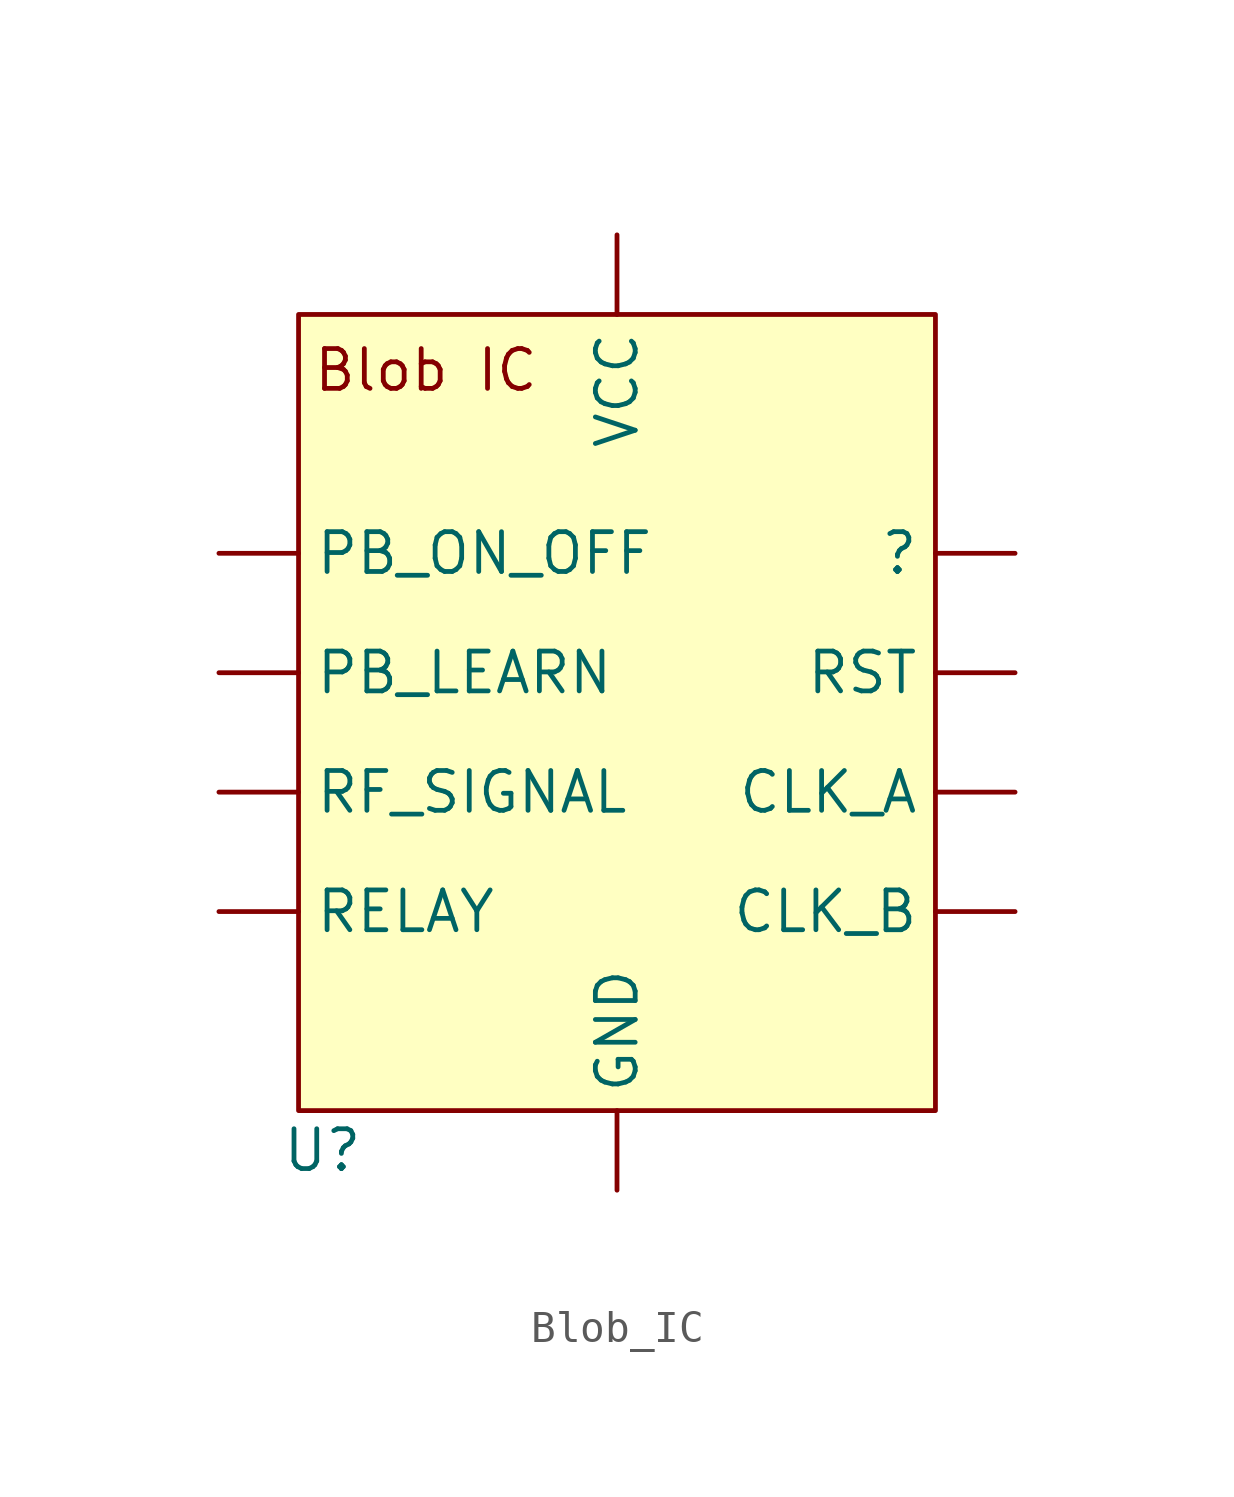
<source format=kicad_sym>
(kicad_symbol_lib
  (version 20231120)
  (generator "kicad_symbol_editor")
  (generator_version "8.0")
  (symbol "Blob_IC"
    (property "Reference" "U"
      (at -8.128 -8.89 0)
      (effects (font (size 1.27 1.27))))
    (property "Value" ""
      (at 0 0 0)
      (effects (font (size 1.27 1.27))))
    (property "ki_locked" ""
      (at 0 0 0)
      (effects (font (size 1.27 1.27))))
    (symbol "Blob_IC_1_1"
      (rectangle (start -8.89 17.78) (end 11.43 -7.62) (stroke (width 0) (type default)) (fill (type background)))
      (text "Blob IC" (at -4.826 16.002 0) (effects (font (size 1.27 1.27))))
      (pin unspecified line (at 13.97 10.16 180) (length 2.54) (name "?" (effects (font (size 1.27 1.27)))) (number "" (effects (font (size 1.27 1.27)))))
      (pin input line (at 13.97 2.54 180) (length 2.54) (name "CLK_A" (effects (font (size 1.27 1.27)))) (number "" (effects (font (size 1.27 1.27)))))
      (pin input line (at 13.97 -1.27 180) (length 2.54) (name "CLK_B" (effects (font (size 1.27 1.27)))) (number "" (effects (font (size 1.27 1.27)))))
      (pin power_in line (at 1.27 -10.16 90) (length 2.54) (name "GND" (effects (font (size 1.27 1.27)))) (number "" (effects (font (size 1.27 1.27)))))
      (pin input line (at -11.43 6.35 0) (length 2.54) (name "PB_LEARN" (effects (font (size 1.27 1.27)))) (number "" (effects (font (size 1.27 1.27)))))
      (pin input line (at -11.43 10.16 0) (length 2.54) (name "PB_ON_OFF" (effects (font (size 1.27 1.27)))) (number "" (effects (font (size 1.27 1.27)))))
      (pin output line (at -11.43 -1.27 0) (length 2.54) (name "RELAY" (effects (font (size 1.27 1.27)))) (number "" (effects (font (size 1.27 1.27)))))
      (pin input line (at -11.43 2.54 0) (length 2.54) (name "RF_SIGNAL" (effects (font (size 1.27 1.27)))) (number "" (effects (font (size 1.27 1.27)))))
      (pin input line (at 13.97 6.35 180) (length 2.54) (name "RST" (effects (font (size 1.27 1.27)))) (number "" (effects (font (size 1.27 1.27)))))
      (pin power_in line (at 1.27 20.32 270) (length 2.54) (name "VCC" (effects (font (size 1.27 1.27)))) (number "" (effects (font (size 1.27 1.27))))))))
</source>
